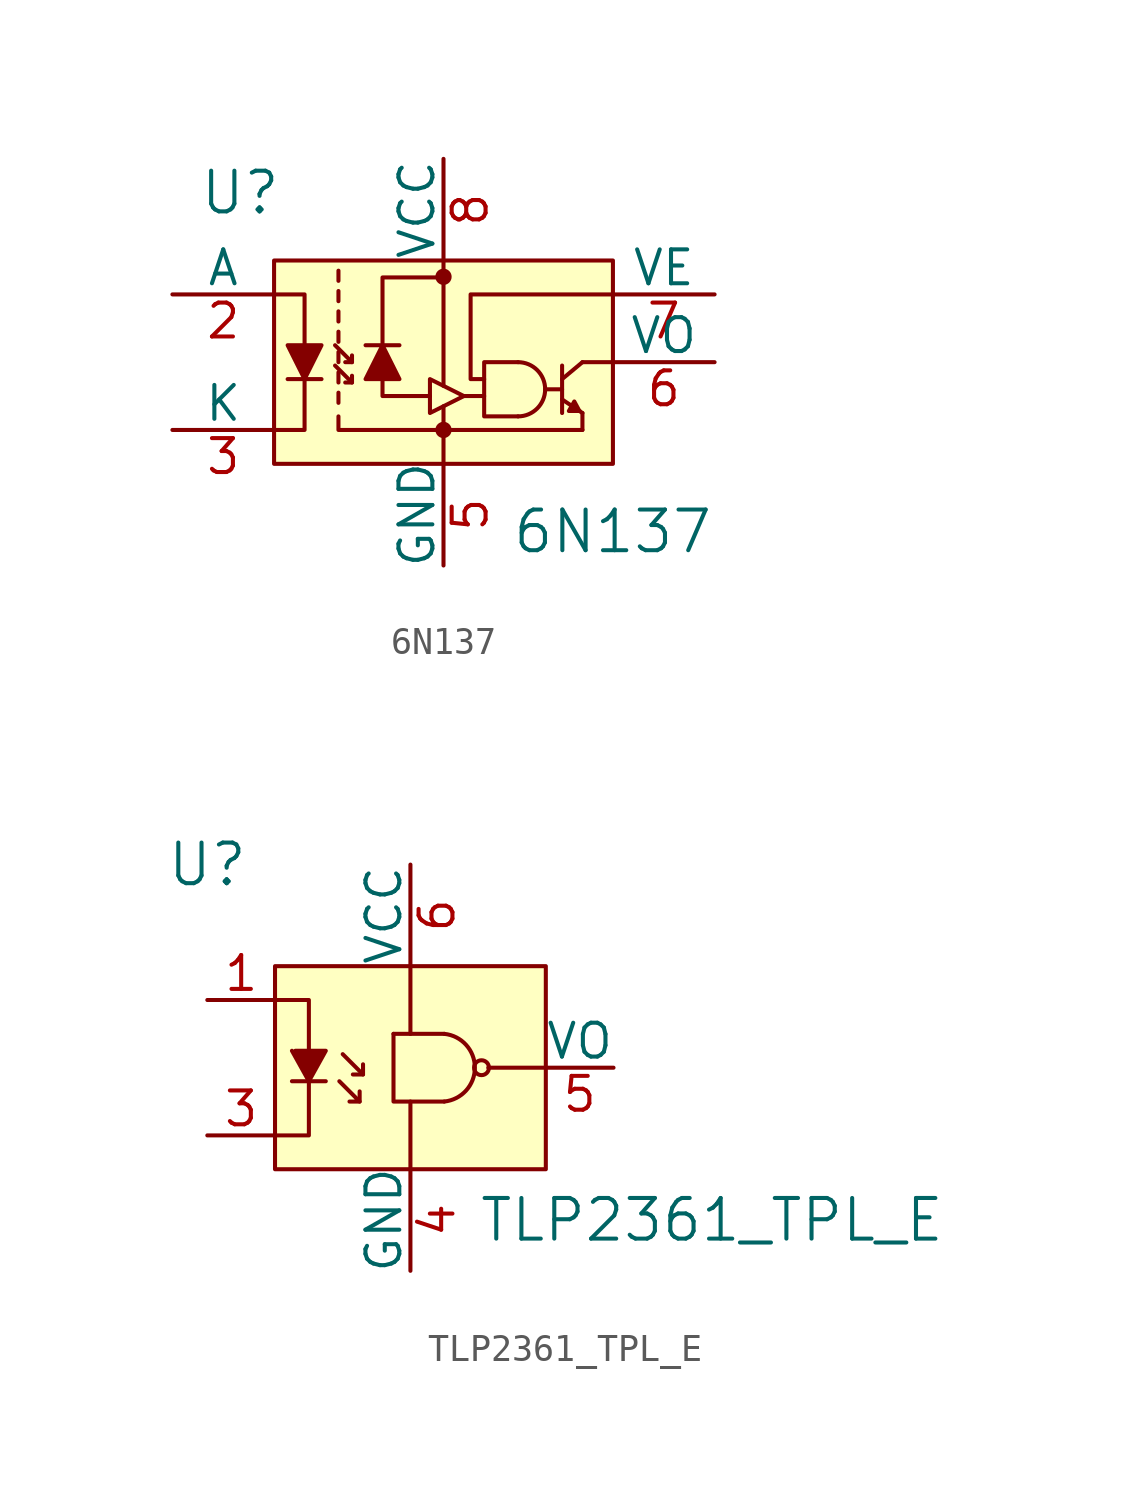
<source format=kicad_sym>
(kicad_symbol_lib
  (version 20220914)
  (generator kicad_symbol_editor)
  (symbol "6N137"
    (pin_names
      (offset 0))
    (property "Reference" "U"
      (at -7.62 6.35 0)
      (effects (font (size 1.524 1.524))))
    (property "Value" "6N137"
      (at 2.54 -6.35 0)
      (effects (font (size 1.524 1.524)) (justify left)))
    (symbol "6N137_0_1"
      (rectangle (start -6.35 3.81) (end 6.35 -3.81) (stroke (width 0) (type solid)) (fill (type background)))
      (polyline (pts (xy -5.842 -0.635) (xy -4.572 -0.635)) (stroke (width 0) (type solid)) (fill (type none)))
      (polyline (pts (xy -3.937 -1.143) (xy -3.937 -1.524)) (stroke (width 0) (type solid)) (fill (type none)))
      (polyline (pts (xy -3.937 -0.381) (xy -3.937 -0.762)) (stroke (width 0) (type solid)) (fill (type none)))
      (polyline (pts (xy -3.937 0.381) (xy -3.937 0)) (stroke (width 0) (type solid)) (fill (type none)))
      (polyline (pts (xy -3.937 1.143) (xy -3.937 0.762)) (stroke (width 0) (type solid)) (fill (type none)))
      (polyline (pts (xy -3.937 1.905) (xy -3.937 1.524)) (stroke (width 0) (type solid)) (fill (type none)))
      (polyline (pts (xy -3.937 2.667) (xy -3.937 2.286)) (stroke (width 0) (type solid)) (fill (type none)))
      (polyline (pts (xy -3.937 3.429) (xy -3.937 3.048)) (stroke (width 0) (type solid)) (fill (type none)))
      (polyline (pts (xy -3.429 -0.762) (xy -3.683 -0.762)) (stroke (width 0) (type solid)) (fill (type none)))
      (polyline (pts (xy -3.429 0) (xy -3.683 0)) (stroke (width 0) (type solid)) (fill (type none)))
      (polyline (pts (xy -2.921 0.635) (xy -1.651 0.635)) (stroke (width 0) (type solid)) (fill (type none)))
      (polyline (pts (xy 0 -3.81) (xy 0 -2.54)) (stroke (width 0) (type solid)) (fill (type none)))
      (polyline (pts (xy 0 -2.54) (xy 0 -1.651)) (stroke (width 0) (type solid)) (fill (type none)))
      (polyline (pts (xy 0 3.81) (xy 0 -0.889)) (stroke (width 0) (type solid)) (fill (type none)))
      (polyline (pts (xy 1.524 -1.27) (xy 0.762 -1.27)) (stroke (width 0) (type solid)) (fill (type none)))
      (polyline (pts (xy 3.81 -1.016) (xy 4.445 -1.016)) (stroke (width 0) (type solid)) (fill (type none)))
      (polyline (pts (xy 4.445 -1.397) (xy 5.207 -1.905)) (stroke (width 0) (type solid)) (fill (type none)))
      (polyline (pts (xy 4.445 -0.635) (xy 5.207 0)) (stroke (width 0) (type solid)) (fill (type none)))
      (polyline (pts (xy 4.445 -0.127) (xy 4.445 -1.905)) (stroke (width 0) (type solid)) (fill (type none)))
      (polyline (pts (xy 5.207 -2.54) (xy 0 -2.54)) (stroke (width 0) (type solid)) (fill (type none)))
      (polyline (pts (xy 5.207 -1.905) (xy 5.207 -2.54)) (stroke (width 0) (type solid)) (fill (type none)))
      (polyline (pts (xy 6.35 0) (xy 5.207 0)) (stroke (width 0) (type solid)) (fill (type none)))
      (polyline (pts (xy -5.207 -0.635) (xy -5.207 -2.54) (xy -6.35 -2.54)) (stroke (width 0) (type solid)) (fill (type none)))
      (polyline (pts (xy -5.207 0.635) (xy -5.207 2.54) (xy -6.35 2.54)) (stroke (width 0) (type solid)) (fill (type none)))
      (polyline (pts (xy -4.064 -0.127) (xy -3.429 -0.762) (xy -3.429 -0.508)) (stroke (width 0) (type solid)) (fill (type none)))
      (polyline (pts (xy -4.064 0.635) (xy -3.429 0) (xy -3.429 0.254)) (stroke (width 0) (type solid)) (fill (type none)))
      (polyline (pts (xy -0.508 -1.27) (xy -2.286 -1.27) (xy -2.286 -0.635)) (stroke (width 0) (type solid)) (fill (type none)))
      (polyline (pts (xy 0 -2.54) (xy -3.937 -2.54) (xy -3.937 -2.032)) (stroke (width 0) (type solid)) (fill (type none)))
      (polyline (pts (xy 0 3.175) (xy -2.286 3.175) (xy -2.286 0.635)) (stroke (width 0) (type solid)) (fill (type none)))
      (polyline (pts (xy -5.842 0.635) (xy -4.572 0.635) (xy -5.207 -0.635) (xy -5.842 0.635)) (stroke (width 0) (type solid)) (fill (type outline)))
      (polyline (pts (xy -2.921 -0.635) (xy -1.651 -0.635) (xy -2.286 0.635) (xy -2.921 -0.635)) (stroke (width 0) (type solid)) (fill (type outline)))
      (polyline (pts (xy 0.762 -1.27) (xy -0.508 -0.635) (xy -0.508 -1.905) (xy 0.762 -1.27)) (stroke (width 0) (type solid)) (fill (type none)))
      (polyline (pts (xy 1.524 -0.635) (xy 1.016 -0.635) (xy 1.016 2.54) (xy 6.35 2.54)) (stroke (width 0) (type solid)) (fill (type none)))
      (polyline (pts (xy 2.794 0) (xy 1.524 0) (xy 1.524 -2.032) (xy 2.794 -2.032)) (stroke (width 0) (type solid)) (fill (type none)))
      (polyline (pts (xy 5.08 -1.803) (xy 4.902 -1.473) (xy 4.699 -1.829) (xy 5.105 -1.829)) (stroke (width 0) (type solid)) (fill (type outline)))
      (arc (start 2.794 -2.032) (mid 3.8056 -1.016) (end 2.794 0) (stroke (width 0) (type solid)) (fill (type none))))
    (symbol "6N137_1_1"
      (circle (center 0 -2.54) (radius 0.229) (stroke (width 0) (type solid)) (fill (type outline)))
      (circle (center 0 3.2) (radius 0.229) (stroke (width 0) (type solid)) (fill (type outline)))
      (pin no_connect line (at -5.08 7.62 270) (length 3.81) hide (name "NC" (effects (font (size 1.27 1.27)))) (number "1" (effects (font (size 1.27 1.27)))))
      (pin passive line (at -10.16 2.54 0) (length 3.81) (name "A" (effects (font (size 1.27 1.27)))) (number "2" (effects (font (size 1.27 1.27)))))
      (pin passive line (at -10.16 -2.54 0) (length 3.81) (name "K" (effects (font (size 1.27 1.27)))) (number "3" (effects (font (size 1.27 1.27)))))
      (pin no_connect line (at -5.08 -7.62 90) (length 3.81) hide (name "NC" (effects (font (size 1.27 1.27)))) (number "4" (effects (font (size 1.27 1.27)))))
      (pin power_in line (at 0 -7.62 90) (length 3.81) (name "GND" (effects (font (size 1.27 1.27)))) (number "5" (effects (font (size 1.27 1.27)))))
      (pin output line (at 10.16 0 180) (length 3.81) (name "VO" (effects (font (size 1.27 1.27)))) (number "6" (effects (font (size 1.27 1.27)))))
      (pin input line (at 10.16 2.54 180) (length 3.81) (name "VE" (effects (font (size 1.27 1.27)))) (number "7" (effects (font (size 1.27 1.27)))))
      (pin power_in line (at 0 7.62 270) (length 3.81) (name "VCC" (effects (font (size 1.27 1.27)))) (number "8" (effects (font (size 1.27 1.27)))))))
  (symbol "TLP2361_TPL_E"
    (pin_names
      (offset 0))
    (property "Reference" "U"
      (at -7.62 7.62 0)
      (effects (font (size 1.524 1.524))))
    (property "Value" "TLP2361_TPL_E"
      (at 2.54 -5.715 0)
      (effects (font (size 1.524 1.524)) (justify left)))
    (symbol "TLP2361_TPL_E_0_1"
      (rectangle (start -5.08 3.81) (end 5.08 -3.81) (stroke (width 0) (type solid)) (fill (type background)))
      (polyline (pts (xy -4.445 -0.508) (xy -3.175 -0.508)) (stroke (width 0) (type solid)) (fill (type none)))
      (polyline (pts (xy -1.905 -1.27) (xy -1.905 -0.889)) (stroke (width 0) (type solid)) (fill (type none)))
      (polyline (pts (xy -1.778 -0.254) (xy -2.159 -0.254)) (stroke (width 0) (type solid)) (fill (type none)))
      (polyline (pts (xy -0.635 1.27) (xy 1.27 1.27)) (stroke (width 0) (type solid)) (fill (type none)))
      (polyline (pts (xy 0 -3.81) (xy 0 -1.27)) (stroke (width 0) (type solid)) (fill (type none)))
      (polyline (pts (xy 0 3.81) (xy 0 1.27)) (stroke (width 0) (type solid)) (fill (type none)))
      (polyline (pts (xy 2.921 0) (xy 5.08 0)) (stroke (width 0) (type solid)) (fill (type none)))
      (polyline (pts (xy -5.08 -2.54) (xy -3.81 -2.54) (xy -3.81 -0.254)) (stroke (width 0) (type solid)) (fill (type none)))
      (polyline (pts (xy -5.08 2.54) (xy -3.81 2.54) (xy -3.81 0.508)) (stroke (width 0) (type solid)) (fill (type none)))
      (polyline (pts (xy -2.667 -0.508) (xy -1.905 -1.27) (xy -2.286 -1.27)) (stroke (width 0) (type solid)) (fill (type none)))
      (polyline (pts (xy -2.54 0.508) (xy -1.778 -0.254) (xy -1.778 0.127)) (stroke (width 0) (type solid)) (fill (type none)))
      (polyline (pts (xy -0.635 1.27) (xy -0.635 -1.27) (xy 1.27 -1.27)) (stroke (width 0) (type solid)) (fill (type none)))
      (polyline (pts (xy -4.318 0.635) (xy -3.175 0.635) (xy -3.81 -0.508) (xy -4.445 0.635)) (stroke (width 0) (type solid)) (fill (type outline)))
      (arc (start 1.27 -1.27) (mid 2.4193 0) (end 1.27 1.27) (stroke (width 0) (type solid)) (fill (type none)))
      (circle (center 2.667 0) (radius 0.279) (stroke (width 0) (type solid)) (fill (type none))))
    (symbol "TLP2361_TPL_E_1_1"
      (pin passive line (at -7.62 2.54 0) (length 2.54) (name "~" (effects (font (size 1.27 1.27)))) (number "1" (effects (font (size 1.27 1.27)))))
      (pin passive line (at -7.62 -2.54 0) (length 2.54) (name "~" (effects (font (size 1.27 1.27)))) (number "3" (effects (font (size 1.27 1.27)))))
      (pin power_in line (at 0 -7.62 90) (length 3.81) (name "GND" (effects (font (size 1.27 1.27)))) (number "4" (effects (font (size 1.27 1.27)))))
      (pin output line (at 7.62 0 180) (length 2.54) (name "VO" (effects (font (size 1.27 1.27)))) (number "5" (effects (font (size 1.27 1.27)))))
      (pin power_in line (at 0 7.62 270) (length 3.81) (name "VCC" (effects (font (size 1.27 1.27)))) (number "6" (effects (font (size 1.27 1.27))))))))
</source>
